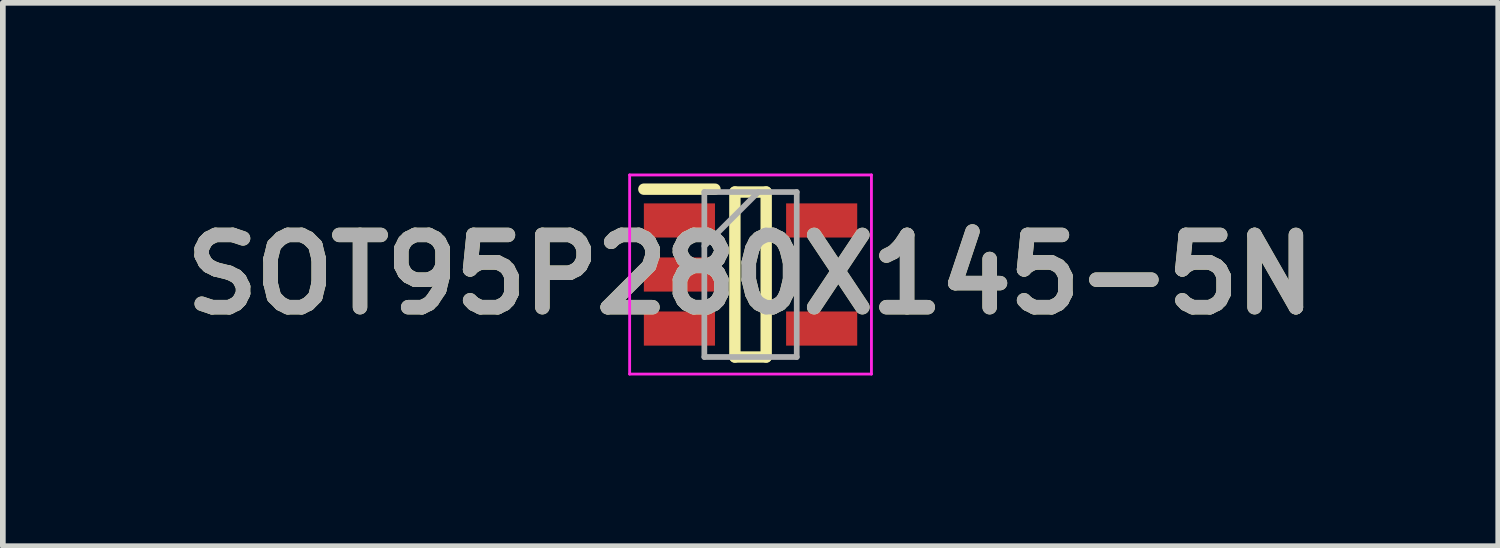
<source format=kicad_pcb>
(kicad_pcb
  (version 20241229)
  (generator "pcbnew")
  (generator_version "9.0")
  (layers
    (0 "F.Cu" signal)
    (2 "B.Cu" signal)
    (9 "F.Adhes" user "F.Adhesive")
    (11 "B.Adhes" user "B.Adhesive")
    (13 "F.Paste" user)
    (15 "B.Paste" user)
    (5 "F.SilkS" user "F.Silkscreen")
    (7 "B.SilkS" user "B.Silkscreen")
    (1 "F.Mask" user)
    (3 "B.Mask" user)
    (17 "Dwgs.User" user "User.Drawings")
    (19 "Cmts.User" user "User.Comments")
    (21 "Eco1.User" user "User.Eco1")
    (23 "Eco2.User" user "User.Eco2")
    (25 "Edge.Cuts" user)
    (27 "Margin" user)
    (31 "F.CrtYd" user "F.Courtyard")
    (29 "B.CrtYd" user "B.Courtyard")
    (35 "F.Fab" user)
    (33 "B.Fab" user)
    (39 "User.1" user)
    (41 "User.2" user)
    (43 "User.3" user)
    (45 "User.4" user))
  (footprint "SOT95P280X145-5N"
    (layer "F.Cu")
    (at 10.142 1.775)
    (property "Reference" "SOT95P280X145-5N" (at 0 0 0) (layer "F.SilkS") (effects (font (size 1.27 1.27) (thickness 0.254))))
    (attr smd)
    (fp_line (start -1.875 -1.5) (end -0.625 -1.5) (stroke (width 0.2) (type solid)) (layer "F.SilkS"))
    (fp_line (start -0.275 -1.45) (end 0.275 -1.45) (stroke (width 0.2) (type solid)) (layer "F.SilkS"))
    (fp_line (start -0.275 1.45) (end -0.275 -1.45) (stroke (width 0.2) (type solid)) (layer "F.SilkS"))
    (fp_line (start 0.275 -1.45) (end 0.275 1.45) (stroke (width 0.2) (type solid)) (layer "F.SilkS"))
    (fp_line (start 0.275 1.45) (end -0.275 1.45) (stroke (width 0.2) (type solid)) (layer "F.SilkS"))
    (fp_line (start -2.125 -1.75) (end 2.125 -1.75) (stroke (width 0.05) (type solid)) (layer "F.CrtYd"))
    (fp_line (start -2.125 1.75) (end -2.125 -1.75) (stroke (width 0.05) (type solid)) (layer "F.CrtYd"))
    (fp_line (start 2.125 -1.75) (end 2.125 1.75) (stroke (width 0.05) (type solid)) (layer "F.CrtYd"))
    (fp_line (start 2.125 1.75) (end -2.125 1.75) (stroke (width 0.05) (type solid)) (layer "F.CrtYd"))
    (fp_line (start -0.812 -1.45) (end 0.812 -1.45) (stroke (width 0.1) (type solid)) (layer "F.Fab"))
    (fp_line (start -0.812 -0.5) (end 0.138 -1.45) (stroke (width 0.1) (type solid)) (layer "F.Fab"))
    (fp_line (start -0.812 1.45) (end -0.812 -1.45) (stroke (width 0.1) (type solid)) (layer "F.Fab"))
    (fp_line (start 0.812 -1.45) (end 0.812 1.45) (stroke (width 0.1) (type solid)) (layer "F.Fab"))
    (fp_line (start 0.812 1.45) (end -0.812 1.45) (stroke (width 0.1) (type solid)) (layer "F.Fab"))
    (fp_text user "${REFERENCE}" (at 0 0 0) (layer "F.Fab") (effects (font (size 1.27 1.27) (thickness 0.254))))
    (pad "1" smd rect (at -1.25 -0.95 90) (size 0.6 1.25) (layers "F.Cu" "F.Mask" "F.Paste"))
    (pad "2" smd rect (at -1.25 0 90) (size 0.6 1.25) (layers "F.Cu" "F.Mask" "F.Paste"))
    (pad "3" smd rect (at -1.25 0.95 90) (size 0.6 1.25) (layers "F.Cu" "F.Mask" "F.Paste"))
    (pad "4" smd rect (at 1.25 0.95 90) (size 0.6 1.25) (layers "F.Cu" "F.Mask" "F.Paste"))
    (pad "5" smd rect (at 1.25 -0.95 90) (size 0.6 1.25) (layers "F.Cu" "F.Mask" "F.Paste")))
  (gr_rect
    (start -3 -3)
    (end 23.284 6.55)
    (stroke (width 0.1) (type default))
    (fill no)
    (layer "Edge.Cuts")))
</source>
